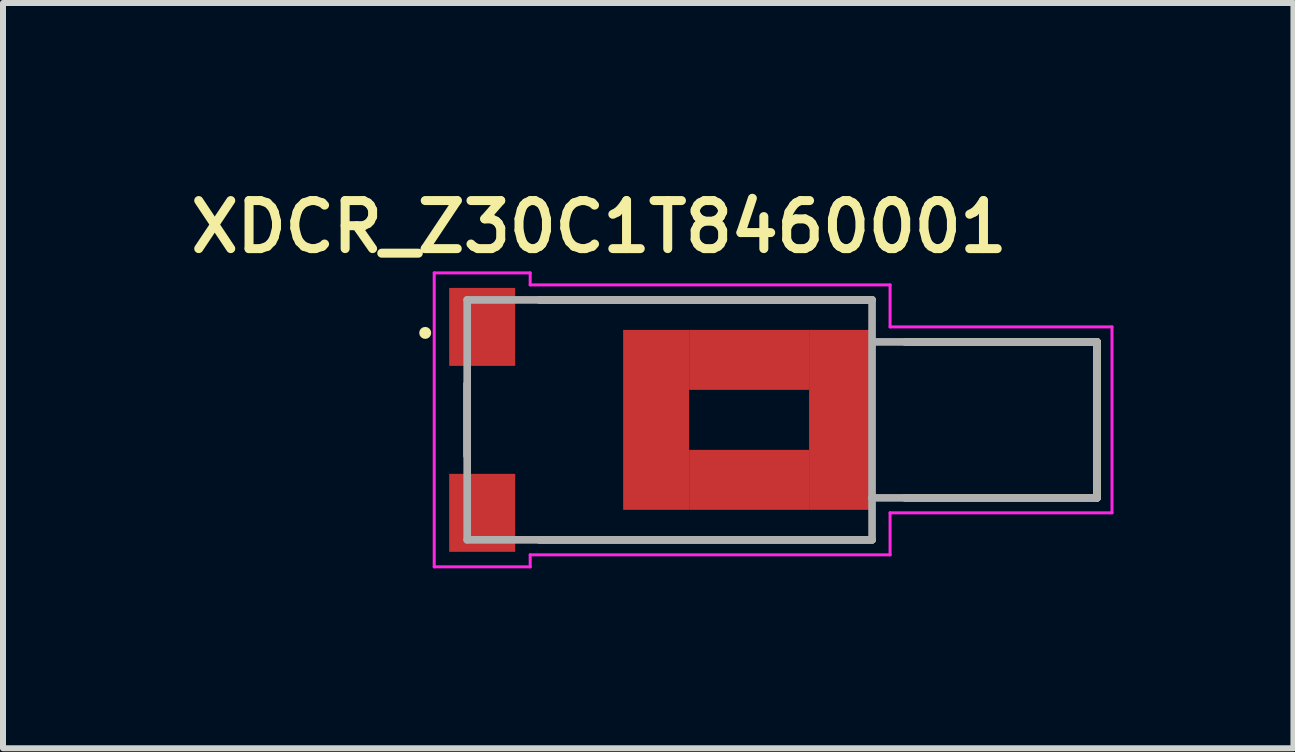
<source format=kicad_pcb>
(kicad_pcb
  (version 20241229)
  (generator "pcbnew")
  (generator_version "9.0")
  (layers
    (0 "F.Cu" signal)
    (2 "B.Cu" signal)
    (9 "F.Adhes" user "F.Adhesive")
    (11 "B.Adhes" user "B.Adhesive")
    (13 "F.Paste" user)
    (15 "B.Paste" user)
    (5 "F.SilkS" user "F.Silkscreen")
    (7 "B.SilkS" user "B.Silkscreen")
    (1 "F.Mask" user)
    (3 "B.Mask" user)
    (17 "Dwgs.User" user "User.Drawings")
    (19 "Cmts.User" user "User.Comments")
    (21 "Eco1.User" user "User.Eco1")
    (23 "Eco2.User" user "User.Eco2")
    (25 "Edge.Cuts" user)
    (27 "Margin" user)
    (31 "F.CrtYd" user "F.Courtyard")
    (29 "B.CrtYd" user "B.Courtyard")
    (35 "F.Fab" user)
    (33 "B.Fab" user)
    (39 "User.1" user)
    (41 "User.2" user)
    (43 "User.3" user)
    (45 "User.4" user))
  (footprint "XDCR_Z30C1T8460001"
    (layer "F.Cu")
    (at 5.539 3.95)
    (property "Reference" "XDCR_Z30C1T8460001" (at 1.399 -3.218 0) (layer "F.SilkS") (effects (font (size 0.801 0.801) (thickness 0.15))))
    (attr smd)
    (fp_line (start -0.8 -0.6) (end -0.8 0.6) (stroke (width 0.127) (type solid)) (layer "F.SilkS"))
    (fp_line (start 0.4 -2) (end 5.95 -2) (stroke (width 0.127) (type solid)) (layer "F.SilkS"))
    (fp_line (start 5.95 2) (end 0.4 2) (stroke (width 0.127) (type solid)) (layer "F.SilkS"))
    (fp_line (start 6.5 -1.3) (end 9.7 -1.3) (stroke (width 0.127) (type solid)) (layer "F.SilkS"))
    (fp_line (start 9.7 -1.3) (end 9.7 1.3) (stroke (width 0.127) (type solid)) (layer "F.SilkS"))
    (fp_line (start 9.7 1.3) (end 6.5 1.3) (stroke (width 0.127) (type solid)) (layer "F.SilkS"))
    (fp_circle (center -1.5 -1.45) (end -1.45 -1.45) (stroke (width 0.1) (type solid)) (fill no) (layer "F.SilkS"))
    (fp_line (start -1.35 -2.45) (end 0.25 -2.45) (stroke (width 0.05) (type solid)) (layer "F.CrtYd"))
    (fp_line (start -1.35 2.45) (end -1.35 -2.45) (stroke (width 0.05) (type solid)) (layer "F.CrtYd"))
    (fp_line (start 0.25 -2.45) (end 0.25 -2.25) (stroke (width 0.05) (type solid)) (layer "F.CrtYd"))
    (fp_line (start 0.25 -2.25) (end 6.25 -2.25) (stroke (width 0.05) (type solid)) (layer "F.CrtYd"))
    (fp_line (start 0.25 2.25) (end 0.25 2.45) (stroke (width 0.05) (type solid)) (layer "F.CrtYd"))
    (fp_line (start 0.25 2.45) (end -1.35 2.45) (stroke (width 0.05) (type solid)) (layer "F.CrtYd"))
    (fp_line (start 6.25 -2.25) (end 6.25 -1.55) (stroke (width 0.05) (type solid)) (layer "F.CrtYd"))
    (fp_line (start 6.25 -1.55) (end 9.95 -1.55) (stroke (width 0.05) (type solid)) (layer "F.CrtYd"))
    (fp_line (start 6.25 1.55) (end 6.25 2.25) (stroke (width 0.05) (type solid)) (layer "F.CrtYd"))
    (fp_line (start 6.25 2.25) (end 0.25 2.25) (stroke (width 0.05) (type solid)) (layer "F.CrtYd"))
    (fp_line (start 9.95 -1.55) (end 9.95 1.55) (stroke (width 0.05) (type solid)) (layer "F.CrtYd"))
    (fp_line (start 9.95 1.55) (end 6.25 1.55) (stroke (width 0.05) (type solid)) (layer "F.CrtYd"))
    (fp_line (start -0.8 -2) (end -0.8 2) (stroke (width 0.127) (type solid)) (layer "F.Fab"))
    (fp_line (start -0.8 2) (end 5.95 2) (stroke (width 0.127) (type solid)) (layer "F.Fab"))
    (fp_line (start 5.95 -2) (end -0.8 -2) (stroke (width 0.127) (type solid)) (layer "F.Fab"))
    (fp_line (start 5.95 1.3) (end 5.95 -2) (stroke (width 0.127) (type solid)) (layer "F.Fab"))
    (fp_line (start 5.95 2) (end 5.95 1.3) (stroke (width 0.127) (type solid)) (layer "F.Fab"))
    (fp_line (start 6 -1.3) (end 9.7 -1.3) (stroke (width 0.127) (type solid)) (layer "F.Fab"))
    (fp_line (start 9.7 -1.3) (end 9.7 1.3) (stroke (width 0.127) (type solid)) (layer "F.Fab"))
    (fp_line (start 9.7 1.3) (end 5.95 1.3) (stroke (width 0.127) (type solid)) (layer "F.Fab"))
    (pad "1" smd rect (at -0.55 -1.55) (size 1.1 1.3) (layers "F.Cu" "F.Mask" "F.Paste"))
    (pad "2" smd rect (at -0.55 1.55) (size 1.1 1.3) (layers "F.Cu" "F.Mask" "F.Paste"))
    (pad "3" smd rect (at 2.35 0) (size 1.1 3) (layers "F.Cu" "F.Mask" "F.Paste"))
    (pad "4" smd rect (at 3.9 1) (size 2 1) (layers "F.Cu" "F.Mask" "F.Paste"))
    (pad "5" smd rect (at 5.45 0) (size 1.1 3) (layers "F.Cu" "F.Mask" "F.Paste"))
    (pad "6" smd rect (at 3.9 -1) (size 2 1) (layers "F.Cu" "F.Mask" "F.Paste")))
  (gr_rect
    (start -3 -3)
    (end 18.514 9.425)
    (stroke (width 0.1) (type default))
    (fill no)
    (layer "Edge.Cuts")))
</source>
